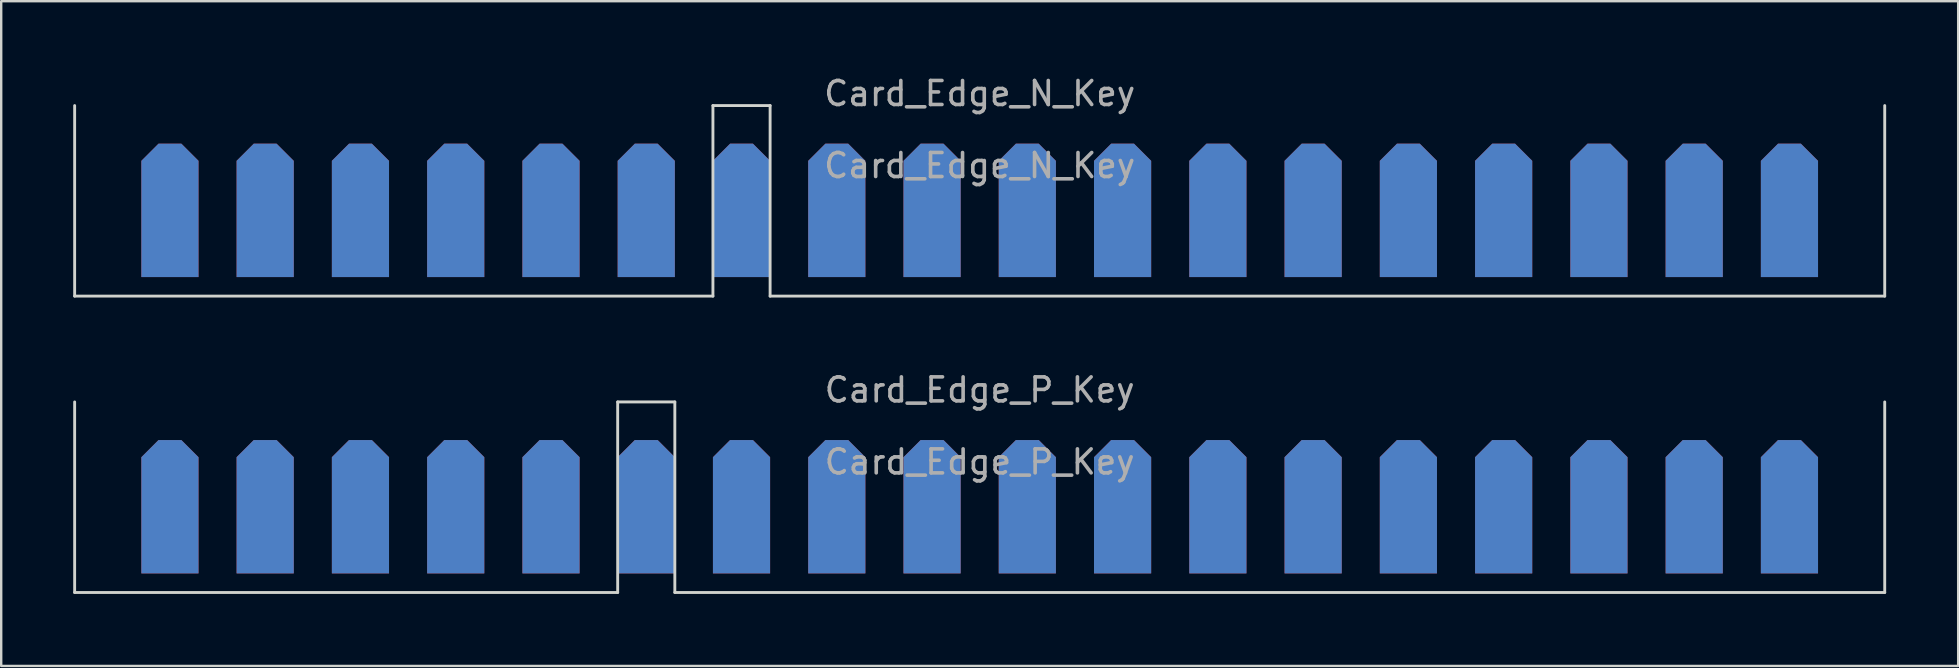
<source format=kicad_pcb>
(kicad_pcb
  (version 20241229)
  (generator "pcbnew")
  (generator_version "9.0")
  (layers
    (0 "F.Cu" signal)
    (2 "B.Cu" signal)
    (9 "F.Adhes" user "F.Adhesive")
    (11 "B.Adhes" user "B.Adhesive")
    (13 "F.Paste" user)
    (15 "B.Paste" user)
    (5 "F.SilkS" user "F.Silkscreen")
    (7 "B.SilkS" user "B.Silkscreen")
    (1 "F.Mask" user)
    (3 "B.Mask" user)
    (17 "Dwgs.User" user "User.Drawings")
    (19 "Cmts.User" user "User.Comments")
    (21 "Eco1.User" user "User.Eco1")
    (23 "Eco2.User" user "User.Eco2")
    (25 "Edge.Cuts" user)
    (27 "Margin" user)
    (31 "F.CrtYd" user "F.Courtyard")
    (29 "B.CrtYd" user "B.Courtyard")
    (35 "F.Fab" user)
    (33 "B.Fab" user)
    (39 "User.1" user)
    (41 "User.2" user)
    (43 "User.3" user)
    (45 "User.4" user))
  (footprint "Card_Edge_P_Key"
    (layer "F.Cu")
    (at 37.763 13.694)
    (property "Reference" "Card_Edge_P_Key" (at 0 -0.5 0) (unlocked yes) (layer "F.Fab") (effects (font (size 1 1) (thickness 0.15))))
    (fp_line (start -37.703 7.938) (end -37.703 0) (stroke (width 0.12) (type solid)) (layer "Edge.Cuts"))
    (fp_line (start -15.081 0) (end -15.081 7.938) (stroke (width 0.12) (type solid)) (layer "Edge.Cuts"))
    (fp_line (start -15.081 0) (end -12.7 0) (stroke (width 0.12) (type solid)) (layer "Edge.Cuts"))
    (fp_line (start -15.081 7.938) (end -37.703 7.938) (stroke (width 0.12) (type solid)) (layer "Edge.Cuts"))
    (fp_line (start -12.7 7.938) (end -12.7 0) (stroke (width 0.12) (type solid)) (layer "Edge.Cuts"))
    (fp_line (start 37.703 0) (end 37.703 7.938) (stroke (width 0.12) (type solid)) (layer "Edge.Cuts"))
    (fp_line (start 37.703 7.938) (end -12.7 7.938) (stroke (width 0.12) (type solid)) (layer "Edge.Cuts"))
    (fp_text user "${REFERENCE}" (at 0 2.5 0) (unlocked yes) (layer "F.Fab") (effects (font (size 1 1) (thickness 0.15))))
    (pad "a1" connect roundrect (at 33.734 4.366) (size 2.381 5.556) (layers "B.Cu" "B.Mask") (roundrect_rratio 0) (chamfer_ratio 0.3) (chamfer top_left top_right))
    (pad "a2" connect roundrect (at 29.766 4.366) (size 2.381 5.556) (layers "B.Cu" "B.Mask") (roundrect_rratio 0) (chamfer_ratio 0.3) (chamfer top_left top_right))
    (pad "a3" connect roundrect (at 25.797 4.366) (size 2.381 5.556) (layers "B.Cu" "B.Mask") (roundrect_rratio 0) (chamfer_ratio 0.3) (chamfer top_left top_right))
    (pad "a4" connect roundrect (at 21.828 4.366) (size 2.381 5.556) (layers "B.Cu" "B.Mask") (roundrect_rratio 0) (chamfer_ratio 0.3) (chamfer top_left top_right))
    (pad "a5" connect roundrect (at 17.859 4.366) (size 2.381 5.556) (layers "B.Cu" "B.Mask") (roundrect_rratio 0) (chamfer_ratio 0.3) (chamfer top_left top_right))
    (pad "a6" connect roundrect (at 13.891 4.366) (size 2.381 5.556) (layers "B.Cu" "B.Mask") (roundrect_rratio 0) (chamfer_ratio 0.3) (chamfer top_left top_right))
    (pad "a7" connect roundrect (at 9.922 4.366) (size 2.381 5.556) (layers "B.Cu" "B.Mask") (roundrect_rratio 0) (chamfer_ratio 0.3) (chamfer top_left top_right))
    (pad "a8" connect roundrect (at 5.953 4.366) (size 2.381 5.556) (layers "B.Cu" "B.Mask") (roundrect_rratio 0) (chamfer_ratio 0.3) (chamfer top_left top_right))
    (pad "a9" connect roundrect (at 1.984 4.366) (size 2.381 5.556) (layers "B.Cu" "B.Mask") (roundrect_rratio 0) (chamfer_ratio 0.3) (chamfer top_left top_right))
    (pad "a10" connect roundrect (at -1.984 4.366) (size 2.381 5.556) (layers "B.Cu" "B.Mask") (roundrect_rratio 0) (chamfer_ratio 0.3) (chamfer top_left top_right))
    (pad "a11" connect roundrect (at -5.953 4.366) (size 2.381 5.556) (layers "B.Cu" "B.Mask") (roundrect_rratio 0) (chamfer_ratio 0.3) (chamfer top_left top_right))
    (pad "a12" connect roundrect (at -9.922 4.366) (size 2.381 5.556) (layers "B.Cu" "B.Mask") (roundrect_rratio 0) (chamfer_ratio 0.3) (chamfer top_left top_right))
    (pad "a13" connect roundrect (at -13.891 4.366) (size 2.381 5.556) (layers "B.Cu" "B.Mask") (roundrect_rratio 0) (chamfer_ratio 0.3) (chamfer top_left top_right))
    (pad "a14" connect roundrect (at -17.859 4.366) (size 2.381 5.556) (layers "B.Cu" "B.Mask") (roundrect_rratio 0) (chamfer_ratio 0.3) (chamfer top_left top_right))
    (pad "a15" connect roundrect (at -21.828 4.366) (size 2.381 5.556) (layers "B.Cu" "B.Mask") (roundrect_rratio 0) (chamfer_ratio 0.3) (chamfer top_left top_right))
    (pad "a16" connect roundrect (at -25.797 4.366) (size 2.381 5.556) (layers "B.Cu" "B.Mask") (roundrect_rratio 0) (chamfer_ratio 0.3) (chamfer top_left top_right))
    (pad "a17" connect roundrect (at -29.766 4.366) (size 2.381 5.556) (layers "B.Cu" "B.Mask") (roundrect_rratio 0) (chamfer_ratio 0.3) (chamfer top_left top_right))
    (pad "a18" connect roundrect (at -33.734 4.366) (size 2.381 5.556) (layers "B.Cu" "B.Mask") (roundrect_rratio 0) (chamfer_ratio 0.3) (chamfer top_left top_right))
    (pad "b1" connect roundrect (at 33.734 4.366) (size 2.381 5.556) (layers "F.Cu" "F.Mask") (roundrect_rratio 0) (chamfer_ratio 0.3) (chamfer top_left top_right))
    (pad "b2" connect roundrect (at 29.766 4.366) (size 2.381 5.556) (layers "F.Cu" "F.Mask") (roundrect_rratio 0) (chamfer_ratio 0.3) (chamfer top_left top_right))
    (pad "b3" connect roundrect (at 25.797 4.366) (size 2.381 5.556) (layers "F.Cu" "F.Mask") (roundrect_rratio 0) (chamfer_ratio 0.3) (chamfer top_left top_right))
    (pad "b4" connect roundrect (at 21.828 4.366) (size 2.381 5.556) (layers "F.Cu" "F.Mask") (roundrect_rratio 0) (chamfer_ratio 0.3) (chamfer top_left top_right))
    (pad "b5" connect roundrect (at 17.859 4.366) (size 2.381 5.556) (layers "F.Cu" "F.Mask") (roundrect_rratio 0) (chamfer_ratio 0.3) (chamfer top_left top_right))
    (pad "b6" connect roundrect (at 13.891 4.366) (size 2.381 5.556) (layers "F.Cu" "F.Mask") (roundrect_rratio 0) (chamfer_ratio 0.3) (chamfer top_left top_right))
    (pad "b7" connect roundrect (at 9.922 4.366) (size 2.381 5.556) (layers "F.Cu" "F.Mask") (roundrect_rratio 0) (chamfer_ratio 0.3) (chamfer top_left top_right))
    (pad "b8" connect roundrect (at 5.953 4.366) (size 2.381 5.556) (layers "F.Cu" "F.Mask") (roundrect_rratio 0) (chamfer_ratio 0.3) (chamfer top_left top_right))
    (pad "b9" connect roundrect (at 1.984 4.366) (size 2.381 5.556) (layers "F.Cu" "F.Mask") (roundrect_rratio 0) (chamfer_ratio 0.3) (chamfer top_left top_right))
    (pad "b10" connect roundrect (at -1.984 4.366) (size 2.381 5.556) (layers "F.Cu" "F.Mask") (roundrect_rratio 0) (chamfer_ratio 0.3) (chamfer top_left top_right))
    (pad "b11" connect roundrect (at -5.953 4.366) (size 2.381 5.556) (layers "F.Cu" "F.Mask") (roundrect_rratio 0) (chamfer_ratio 0.3) (chamfer top_left top_right))
    (pad "b12" connect roundrect (at -9.922 4.366) (size 2.381 5.556) (layers "F.Cu" "F.Mask") (roundrect_rratio 0) (chamfer_ratio 0.3) (chamfer top_left top_right))
    (pad "b13" connect roundrect (at -13.891 4.366) (size 2.381 5.556) (layers "F.Cu" "F.Mask") (roundrect_rratio 0) (chamfer_ratio 0.3) (chamfer top_left top_right))
    (pad "b14" connect roundrect (at -17.859 4.366) (size 2.381 5.556) (layers "F.Cu" "F.Mask") (roundrect_rratio 0) (chamfer_ratio 0.3) (chamfer top_left top_right))
    (pad "b15" connect roundrect (at -21.828 4.366) (size 2.381 5.556) (layers "F.Cu" "F.Mask") (roundrect_rratio 0) (chamfer_ratio 0.3) (chamfer top_left top_right))
    (pad "b16" connect roundrect (at -25.797 4.366) (size 2.381 5.556) (layers "F.Cu" "F.Mask") (roundrect_rratio 0) (chamfer_ratio 0.3) (chamfer top_left top_right))
    (pad "b17" connect roundrect (at -29.766 4.366) (size 2.381 5.556) (layers "F.Cu" "F.Mask") (roundrect_rratio 0) (chamfer_ratio 0.3) (chamfer top_left top_right))
    (pad "b18" connect roundrect (at -33.734 4.366) (size 2.381 5.556) (layers "F.Cu" "F.Mask") (roundrect_rratio 0) (chamfer_ratio 0.3) (chamfer top_left top_right)))
  (footprint "Card_Edge_N_Key"
    (layer "F.Cu")
    (at 37.763 1.348)
    (property "Reference" "Card_Edge_N_Key" (at 0 -0.5 0) (unlocked yes) (layer "F.Fab") (effects (font (size 1 1) (thickness 0.15))))
    (fp_line (start -37.703 7.938) (end -37.703 0) (stroke (width 0.12) (type solid)) (layer "Edge.Cuts"))
    (fp_line (start -11.113 0) (end -11.113 7.938) (stroke (width 0.12) (type solid)) (layer "Edge.Cuts"))
    (fp_line (start -11.113 7.938) (end -37.703 7.938) (stroke (width 0.12) (type solid)) (layer "Edge.Cuts"))
    (fp_line (start -8.731 0) (end -11.113 0) (stroke (width 0.12) (type solid)) (layer "Edge.Cuts"))
    (fp_line (start -8.731 7.938) (end -8.731 0) (stroke (width 0.12) (type solid)) (layer "Edge.Cuts"))
    (fp_line (start 37.703 0) (end 37.703 7.938) (stroke (width 0.12) (type solid)) (layer "Edge.Cuts"))
    (fp_line (start 37.703 7.938) (end -8.731 7.938) (stroke (width 0.12) (type solid)) (layer "Edge.Cuts"))
    (fp_text user "${REFERENCE}" (at 0 2.5 0) (unlocked yes) (layer "F.Fab") (effects (font (size 1 1) (thickness 0.15))))
    (pad "a1" connect roundrect (at 33.734 4.366) (size 2.381 5.556) (layers "B.Cu" "B.Mask") (roundrect_rratio 0) (chamfer_ratio 0.3) (chamfer top_left top_right))
    (pad "a2" connect roundrect (at 29.766 4.366) (size 2.381 5.556) (layers "B.Cu" "B.Mask") (roundrect_rratio 0) (chamfer_ratio 0.3) (chamfer top_left top_right))
    (pad "a3" connect roundrect (at 25.797 4.366) (size 2.381 5.556) (layers "B.Cu" "B.Mask") (roundrect_rratio 0) (chamfer_ratio 0.3) (chamfer top_left top_right))
    (pad "a4" connect roundrect (at 21.828 4.366) (size 2.381 5.556) (layers "B.Cu" "B.Mask") (roundrect_rratio 0) (chamfer_ratio 0.3) (chamfer top_left top_right))
    (pad "a5" connect roundrect (at 17.859 4.366) (size 2.381 5.556) (layers "B.Cu" "B.Mask") (roundrect_rratio 0) (chamfer_ratio 0.3) (chamfer top_left top_right))
    (pad "a6" connect roundrect (at 13.891 4.366) (size 2.381 5.556) (layers "B.Cu" "B.Mask") (roundrect_rratio 0) (chamfer_ratio 0.3) (chamfer top_left top_right))
    (pad "a7" connect roundrect (at 9.922 4.366) (size 2.381 5.556) (layers "B.Cu" "B.Mask") (roundrect_rratio 0) (chamfer_ratio 0.3) (chamfer top_left top_right))
    (pad "a8" connect roundrect (at 5.953 4.366) (size 2.381 5.556) (layers "B.Cu" "B.Mask") (roundrect_rratio 0) (chamfer_ratio 0.3) (chamfer top_left top_right))
    (pad "a9" connect roundrect (at 1.984 4.366) (size 2.381 5.556) (layers "B.Cu" "B.Mask") (roundrect_rratio 0) (chamfer_ratio 0.3) (chamfer top_left top_right))
    (pad "a10" connect roundrect (at -1.984 4.366) (size 2.381 5.556) (layers "B.Cu" "B.Mask") (roundrect_rratio 0) (chamfer_ratio 0.3) (chamfer top_left top_right))
    (pad "a11" connect roundrect (at -5.953 4.366) (size 2.381 5.556) (layers "B.Cu" "B.Mask") (roundrect_rratio 0) (chamfer_ratio 0.3) (chamfer top_left top_right))
    (pad "a12" connect roundrect (at -9.922 4.366) (size 2.381 5.556) (layers "B.Cu" "B.Mask") (roundrect_rratio 0) (chamfer_ratio 0.3) (chamfer top_left top_right))
    (pad "a13" connect roundrect (at -13.891 4.366) (size 2.381 5.556) (layers "B.Cu" "B.Mask") (roundrect_rratio 0) (chamfer_ratio 0.3) (chamfer top_left top_right))
    (pad "a14" connect roundrect (at -17.859 4.366) (size 2.381 5.556) (layers "B.Cu" "B.Mask") (roundrect_rratio 0) (chamfer_ratio 0.3) (chamfer top_left top_right))
    (pad "a15" connect roundrect (at -21.828 4.366) (size 2.381 5.556) (layers "B.Cu" "B.Mask") (roundrect_rratio 0) (chamfer_ratio 0.3) (chamfer top_left top_right))
    (pad "a16" connect roundrect (at -25.797 4.366) (size 2.381 5.556) (layers "B.Cu" "B.Mask") (roundrect_rratio 0) (chamfer_ratio 0.3) (chamfer top_left top_right))
    (pad "a17" connect roundrect (at -29.766 4.366) (size 2.381 5.556) (layers "B.Cu" "B.Mask") (roundrect_rratio 0) (chamfer_ratio 0.3) (chamfer top_left top_right))
    (pad "a18" connect roundrect (at -33.734 4.366) (size 2.381 5.556) (layers "B.Cu" "B.Mask") (roundrect_rratio 0) (chamfer_ratio 0.3) (chamfer top_left top_right))
    (pad "b1" connect roundrect (at 33.734 4.366) (size 2.381 5.556) (layers "F.Cu" "F.Mask") (roundrect_rratio 0) (chamfer_ratio 0.3) (chamfer top_left top_right))
    (pad "b2" connect roundrect (at 29.766 4.366) (size 2.381 5.556) (layers "F.Cu" "F.Mask") (roundrect_rratio 0) (chamfer_ratio 0.3) (chamfer top_left top_right))
    (pad "b3" connect roundrect (at 25.797 4.366) (size 2.381 5.556) (layers "F.Cu" "F.Mask") (roundrect_rratio 0) (chamfer_ratio 0.3) (chamfer top_left top_right))
    (pad "b4" connect roundrect (at 21.828 4.366) (size 2.381 5.556) (layers "F.Cu" "F.Mask") (roundrect_rratio 0) (chamfer_ratio 0.3) (chamfer top_left top_right))
    (pad "b5" connect roundrect (at 17.859 4.366) (size 2.381 5.556) (layers "F.Cu" "F.Mask") (roundrect_rratio 0) (chamfer_ratio 0.3) (chamfer top_left top_right))
    (pad "b6" connect roundrect (at 13.891 4.366) (size 2.381 5.556) (layers "F.Cu" "F.Mask") (roundrect_rratio 0) (chamfer_ratio 0.3) (chamfer top_left top_right))
    (pad "b7" connect roundrect (at 9.922 4.366) (size 2.381 5.556) (layers "F.Cu" "F.Mask") (roundrect_rratio 0) (chamfer_ratio 0.3) (chamfer top_left top_right))
    (pad "b8" connect roundrect (at 5.953 4.366) (size 2.381 5.556) (layers "F.Cu" "F.Mask") (roundrect_rratio 0) (chamfer_ratio 0.3) (chamfer top_left top_right))
    (pad "b9" connect roundrect (at 1.984 4.366) (size 2.381 5.556) (layers "F.Cu" "F.Mask") (roundrect_rratio 0) (chamfer_ratio 0.3) (chamfer top_left top_right))
    (pad "b10" connect roundrect (at -1.984 4.366) (size 2.381 5.556) (layers "F.Cu" "F.Mask") (roundrect_rratio 0) (chamfer_ratio 0.3) (chamfer top_left top_right))
    (pad "b11" connect roundrect (at -5.953 4.366) (size 2.381 5.556) (layers "F.Cu" "F.Mask") (roundrect_rratio 0) (chamfer_ratio 0.3) (chamfer top_left top_right))
    (pad "b12" connect roundrect (at -9.922 4.366) (size 2.381 5.556) (layers "F.Cu" "F.Mask") (roundrect_rratio 0) (chamfer_ratio 0.3) (chamfer top_left top_right))
    (pad "b13" connect roundrect (at -13.891 4.366) (size 2.381 5.556) (layers "F.Cu" "F.Mask") (roundrect_rratio 0) (chamfer_ratio 0.3) (chamfer top_left top_right))
    (pad "b14" connect roundrect (at -17.859 4.366) (size 2.381 5.556) (layers "F.Cu" "F.Mask") (roundrect_rratio 0) (chamfer_ratio 0.3) (chamfer top_left top_right))
    (pad "b15" connect roundrect (at -21.828 4.366) (size 2.381 5.556) (layers "F.Cu" "F.Mask") (roundrect_rratio 0) (chamfer_ratio 0.3) (chamfer top_left top_right))
    (pad "b16" connect roundrect (at -25.797 4.366) (size 2.381 5.556) (layers "F.Cu" "F.Mask") (roundrect_rratio 0) (chamfer_ratio 0.3) (chamfer top_left top_right))
    (pad "b17" connect roundrect (at -29.766 4.366) (size 2.381 5.556) (layers "F.Cu" "F.Mask") (roundrect_rratio 0) (chamfer_ratio 0.3) (chamfer top_left top_right))
    (pad "b18" connect roundrect (at -33.734 4.366) (size 2.381 5.556) (layers "F.Cu" "F.Mask") (roundrect_rratio 0) (chamfer_ratio 0.3) (chamfer top_left top_right)))
  (gr_rect
    (start -3 -3)
    (end 78.526 24.692)
    (stroke (width 0.1) (type default))
    (fill no)
    (layer "Edge.Cuts")))
</source>
